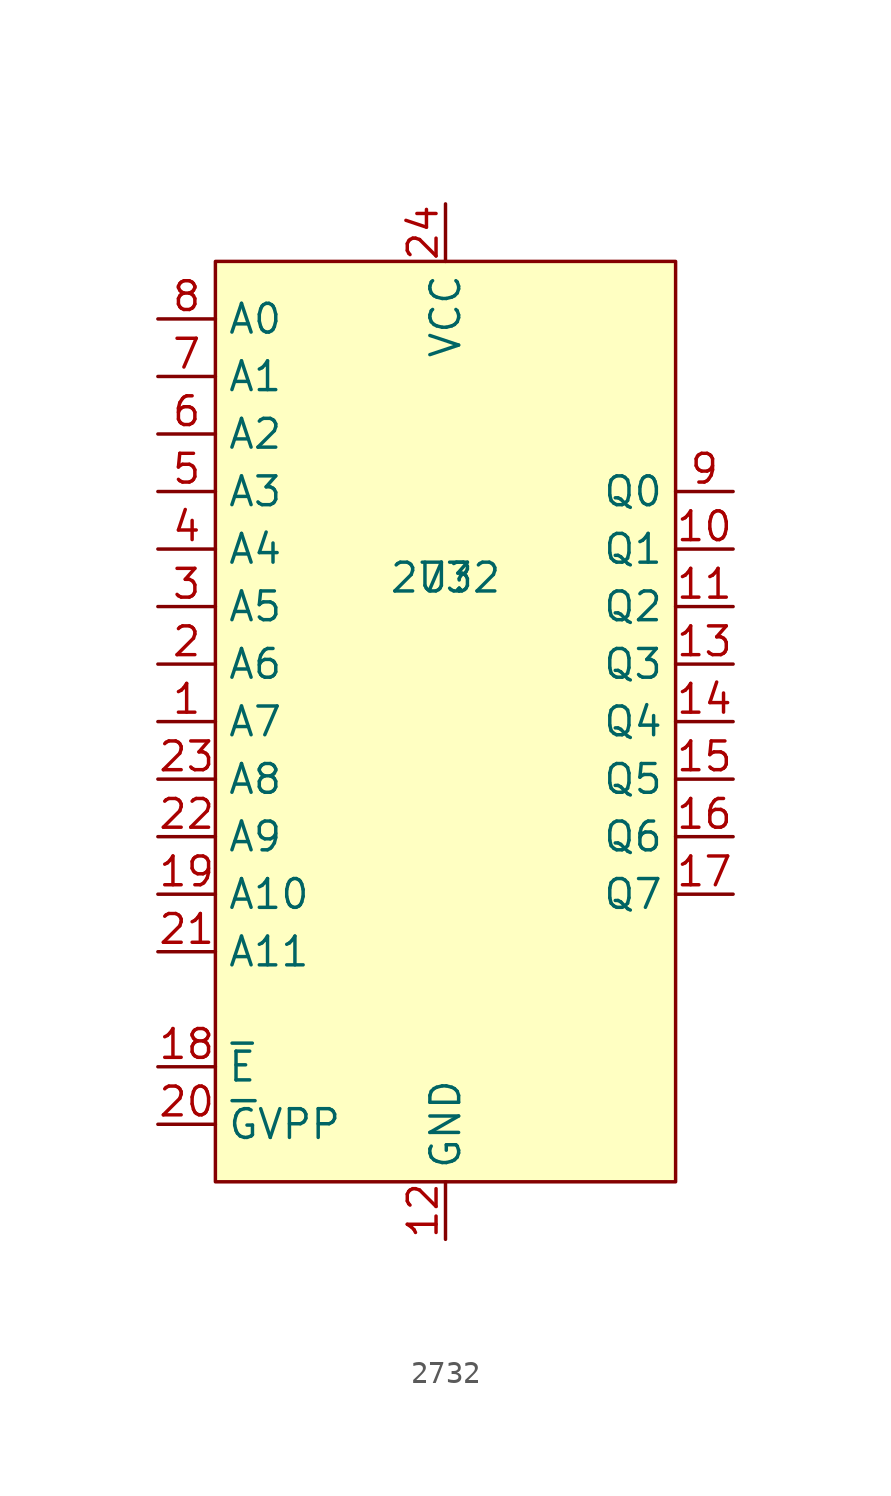
<source format=kicad_sym>
(kicad_symbol_lib
  (version 20241209)
  (generator "kicad_symbol_editor")
  (generator_version "9.0")
  (symbol "2732"
    (property "Reference" "U"
      (at 0 5.08 0)
      (effects (font (size 1.27 1.27))))
    (property "Value" "2732"
      (at 0 5.08 0)
      (effects (font (size 1.27 1.27))))
    (symbol "2732_1_1"
      (rectangle (start -10.16 19.05) (end 10.16 -21.59) (stroke (width 0) (type solid)) (fill (type background)))
      (pin input line (at -12.7 16.51 0) (length 2.54) (name "A0" (effects (font (size 1.27 1.27)))) (number "8" (effects (font (size 1.27 1.27)))))
      (pin input line (at -12.7 13.97 0) (length 2.54) (name "A1" (effects (font (size 1.27 1.27)))) (number "7" (effects (font (size 1.27 1.27)))))
      (pin input line (at -12.7 11.43 0) (length 2.54) (name "A2" (effects (font (size 1.27 1.27)))) (number "6" (effects (font (size 1.27 1.27)))))
      (pin input line (at -12.7 8.89 0) (length 2.54) (name "A3" (effects (font (size 1.27 1.27)))) (number "5" (effects (font (size 1.27 1.27)))))
      (pin input line (at -12.7 6.35 0) (length 2.54) (name "A4" (effects (font (size 1.27 1.27)))) (number "4" (effects (font (size 1.27 1.27)))))
      (pin input line (at -12.7 3.81 0) (length 2.54) (name "A5" (effects (font (size 1.27 1.27)))) (number "3" (effects (font (size 1.27 1.27)))))
      (pin input line (at -12.7 1.27 0) (length 2.54) (name "A6" (effects (font (size 1.27 1.27)))) (number "2" (effects (font (size 1.27 1.27)))))
      (pin input line (at -12.7 -1.27 0) (length 2.54) (name "A7" (effects (font (size 1.27 1.27)))) (number "1" (effects (font (size 1.27 1.27)))))
      (pin input line (at -12.7 -3.81 0) (length 2.54) (name "A8" (effects (font (size 1.27 1.27)))) (number "23" (effects (font (size 1.27 1.27)))))
      (pin input line (at -12.7 -6.35 0) (length 2.54) (name "A9" (effects (font (size 1.27 1.27)))) (number "22" (effects (font (size 1.27 1.27)))))
      (pin input line (at -12.7 -8.89 0) (length 2.54) (name "A10" (effects (font (size 1.27 1.27)))) (number "19" (effects (font (size 1.27 1.27)))))
      (pin input line (at -12.7 -11.43 0) (length 2.54) (name "A11" (effects (font (size 1.27 1.27)))) (number "21" (effects (font (size 1.27 1.27)))))
      (pin input line (at -12.7 -16.51 0) (length 2.54) (name "~{E}" (effects (font (size 1.27 1.27)))) (number "18" (effects (font (size 1.27 1.27)))))
      (pin input line (at -12.7 -19.05 0) (length 2.54) (name "~{G}VPP" (effects (font (size 1.27 1.27)))) (number "20" (effects (font (size 1.27 1.27)))))
      (pin power_in line (at 0 21.59 270) (length 2.54) (name "VCC" (effects (font (size 1.27 1.27)))) (number "24" (effects (font (size 1.27 1.27)))))
      (pin power_in line (at 0 -24.13 90) (length 2.54) (name "GND" (effects (font (size 1.27 1.27)))) (number "12" (effects (font (size 1.27 1.27)))))
      (pin output line (at 12.7 8.89 180) (length 2.54) (name "Q0" (effects (font (size 1.27 1.27)))) (number "9" (effects (font (size 1.27 1.27)))))
      (pin output line (at 12.7 6.35 180) (length 2.54) (name "Q1" (effects (font (size 1.27 1.27)))) (number "10" (effects (font (size 1.27 1.27)))))
      (pin output line (at 12.7 3.81 180) (length 2.54) (name "Q2" (effects (font (size 1.27 1.27)))) (number "11" (effects (font (size 1.27 1.27)))))
      (pin output line (at 12.7 1.27 180) (length 2.54) (name "Q3" (effects (font (size 1.27 1.27)))) (number "13" (effects (font (size 1.27 1.27)))))
      (pin output line (at 12.7 -1.27 180) (length 2.54) (name "Q4" (effects (font (size 1.27 1.27)))) (number "14" (effects (font (size 1.27 1.27)))))
      (pin output line (at 12.7 -3.81 180) (length 2.54) (name "Q5" (effects (font (size 1.27 1.27)))) (number "15" (effects (font (size 1.27 1.27)))))
      (pin output line (at 12.7 -6.35 180) (length 2.54) (name "Q6" (effects (font (size 1.27 1.27)))) (number "16" (effects (font (size 1.27 1.27)))))
      (pin output line (at 12.7 -8.89 180) (length 2.54) (name "Q7" (effects (font (size 1.27 1.27)))) (number "17" (effects (font (size 1.27 1.27))))))))
</source>
